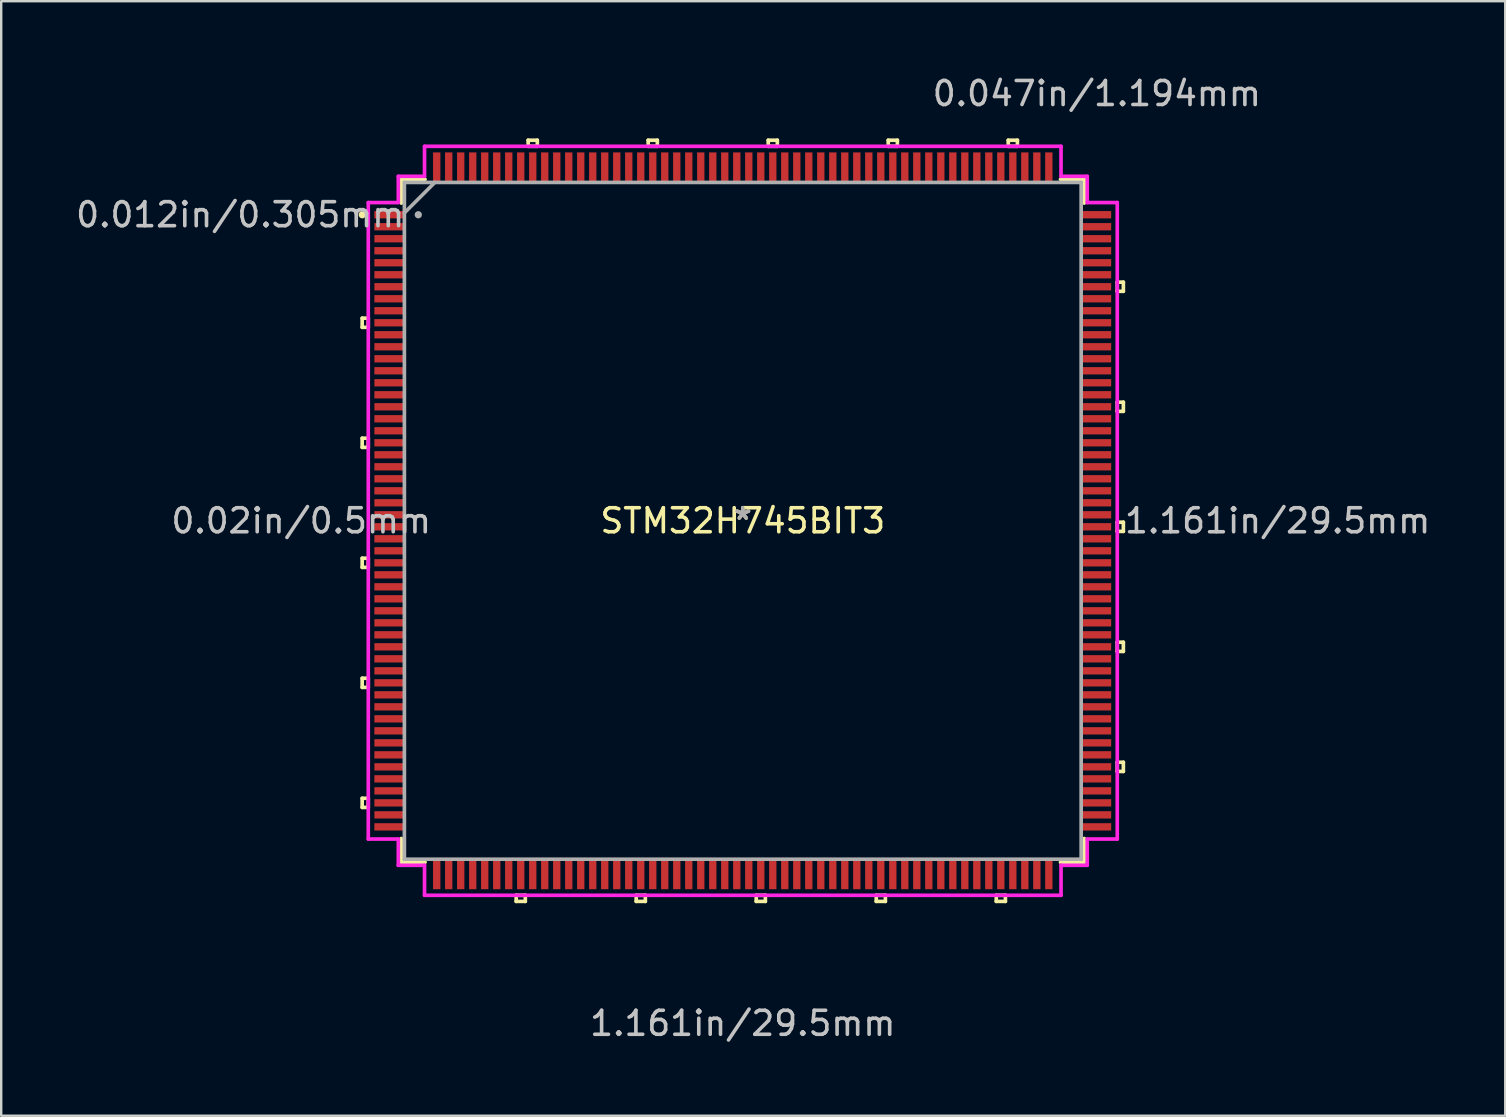
<source format=kicad_pcb>
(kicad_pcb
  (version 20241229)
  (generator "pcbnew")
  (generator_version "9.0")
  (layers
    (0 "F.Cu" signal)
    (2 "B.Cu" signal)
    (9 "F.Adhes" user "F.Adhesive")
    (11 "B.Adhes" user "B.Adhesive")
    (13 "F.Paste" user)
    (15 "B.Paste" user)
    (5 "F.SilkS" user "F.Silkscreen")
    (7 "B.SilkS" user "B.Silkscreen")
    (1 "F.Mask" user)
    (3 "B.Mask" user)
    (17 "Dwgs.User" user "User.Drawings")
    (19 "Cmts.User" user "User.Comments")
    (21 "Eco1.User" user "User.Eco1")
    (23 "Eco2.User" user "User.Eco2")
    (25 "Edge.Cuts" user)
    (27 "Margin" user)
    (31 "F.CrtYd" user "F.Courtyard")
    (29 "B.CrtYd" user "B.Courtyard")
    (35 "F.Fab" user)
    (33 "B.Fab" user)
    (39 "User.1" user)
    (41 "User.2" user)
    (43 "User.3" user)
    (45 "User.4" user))
  (footprint "STM32H745BIT3"
    (layer "F.Cu")
    (at 27.893 18.646)
    (property "Reference" "STM32H745BIT3" (at 0 0 0) (layer "F.SilkS") (effects (font (size 1 1) (thickness 0.15))))
    (attr through_hole)
    (fp_line (start -15.855 -8.441) (end -15.855 -8.06) (stroke (width 0.152) (type solid)) (layer "F.SilkS"))
    (fp_line (start -15.855 -8.06) (end -15.601 -8.06) (stroke (width 0.152) (type solid)) (layer "F.SilkS"))
    (fp_line (start -15.855 -3.441) (end -15.855 -3.06) (stroke (width 0.152) (type solid)) (layer "F.SilkS"))
    (fp_line (start -15.855 -3.06) (end -15.601 -3.06) (stroke (width 0.152) (type solid)) (layer "F.SilkS"))
    (fp_line (start -15.855 1.559) (end -15.855 1.94) (stroke (width 0.152) (type solid)) (layer "F.SilkS"))
    (fp_line (start -15.855 1.94) (end -15.601 1.94) (stroke (width 0.152) (type solid)) (layer "F.SilkS"))
    (fp_line (start -15.855 6.559) (end -15.855 6.94) (stroke (width 0.152) (type solid)) (layer "F.SilkS"))
    (fp_line (start -15.855 6.94) (end -15.601 6.94) (stroke (width 0.152) (type solid)) (layer "F.SilkS"))
    (fp_line (start -15.855 11.559) (end -15.855 11.94) (stroke (width 0.152) (type solid)) (layer "F.SilkS"))
    (fp_line (start -15.855 11.94) (end -15.601 11.94) (stroke (width 0.152) (type solid)) (layer "F.SilkS"))
    (fp_line (start -15.601 -8.441) (end -15.855 -8.441) (stroke (width 0.152) (type solid)) (layer "F.SilkS"))
    (fp_line (start -15.601 -8.06) (end -15.601 -8.441) (stroke (width 0.152) (type solid)) (layer "F.SilkS"))
    (fp_line (start -15.601 -3.441) (end -15.855 -3.441) (stroke (width 0.152) (type solid)) (layer "F.SilkS"))
    (fp_line (start -15.601 -3.06) (end -15.601 -3.441) (stroke (width 0.152) (type solid)) (layer "F.SilkS"))
    (fp_line (start -15.601 1.559) (end -15.855 1.559) (stroke (width 0.152) (type solid)) (layer "F.SilkS"))
    (fp_line (start -15.601 1.94) (end -15.601 1.559) (stroke (width 0.152) (type solid)) (layer "F.SilkS"))
    (fp_line (start -15.601 6.559) (end -15.855 6.559) (stroke (width 0.152) (type solid)) (layer "F.SilkS"))
    (fp_line (start -15.601 6.94) (end -15.601 6.559) (stroke (width 0.152) (type solid)) (layer "F.SilkS"))
    (fp_line (start -15.601 11.559) (end -15.855 11.559) (stroke (width 0.152) (type solid)) (layer "F.SilkS"))
    (fp_line (start -15.601 11.94) (end -15.601 11.559) (stroke (width 0.152) (type solid)) (layer "F.SilkS"))
    (fp_line (start -14.224 -14.224) (end -14.224 -13.235) (stroke (width 0.152) (type solid)) (layer "F.SilkS"))
    (fp_line (start -14.224 13.235) (end -14.224 14.224) (stroke (width 0.152) (type solid)) (layer "F.SilkS"))
    (fp_line (start -14.224 14.224) (end -13.235 14.224) (stroke (width 0.152) (type solid)) (layer "F.SilkS"))
    (fp_line (start -13.235 -14.224) (end -14.224 -14.224) (stroke (width 0.152) (type solid)) (layer "F.SilkS"))
    (fp_line (start -9.44 15.601) (end -9.44 15.855) (stroke (width 0.152) (type solid)) (layer "F.SilkS"))
    (fp_line (start -9.44 15.855) (end -9.059 15.855) (stroke (width 0.152) (type solid)) (layer "F.SilkS"))
    (fp_line (start -9.059 15.601) (end -9.44 15.601) (stroke (width 0.152) (type solid)) (layer "F.SilkS"))
    (fp_line (start -9.059 15.855) (end -9.059 15.601) (stroke (width 0.152) (type solid)) (layer "F.SilkS"))
    (fp_line (start -8.941 -15.855) (end -8.559 -15.855) (stroke (width 0.152) (type solid)) (layer "F.SilkS"))
    (fp_line (start -8.941 -15.601) (end -8.941 -15.855) (stroke (width 0.152) (type solid)) (layer "F.SilkS"))
    (fp_line (start -8.559 -15.855) (end -8.559 -15.601) (stroke (width 0.152) (type solid)) (layer "F.SilkS"))
    (fp_line (start -8.559 -15.601) (end -8.941 -15.601) (stroke (width 0.152) (type solid)) (layer "F.SilkS"))
    (fp_line (start -4.44 15.601) (end -4.44 15.855) (stroke (width 0.152) (type solid)) (layer "F.SilkS"))
    (fp_line (start -4.44 15.855) (end -4.059 15.855) (stroke (width 0.152) (type solid)) (layer "F.SilkS"))
    (fp_line (start -4.059 15.601) (end -4.44 15.601) (stroke (width 0.152) (type solid)) (layer "F.SilkS"))
    (fp_line (start -4.059 15.855) (end -4.059 15.601) (stroke (width 0.152) (type solid)) (layer "F.SilkS"))
    (fp_line (start -3.941 -15.855) (end -3.559 -15.855) (stroke (width 0.152) (type solid)) (layer "F.SilkS"))
    (fp_line (start -3.941 -15.601) (end -3.941 -15.855) (stroke (width 0.152) (type solid)) (layer "F.SilkS"))
    (fp_line (start -3.559 -15.855) (end -3.559 -15.601) (stroke (width 0.152) (type solid)) (layer "F.SilkS"))
    (fp_line (start -3.559 -15.601) (end -3.941 -15.601) (stroke (width 0.152) (type solid)) (layer "F.SilkS"))
    (fp_line (start 0.56 15.601) (end 0.56 15.855) (stroke (width 0.152) (type solid)) (layer "F.SilkS"))
    (fp_line (start 0.56 15.855) (end 0.941 15.855) (stroke (width 0.152) (type solid)) (layer "F.SilkS"))
    (fp_line (start 0.941 15.601) (end 0.56 15.601) (stroke (width 0.152) (type solid)) (layer "F.SilkS"))
    (fp_line (start 0.941 15.855) (end 0.941 15.601) (stroke (width 0.152) (type solid)) (layer "F.SilkS"))
    (fp_line (start 1.06 -15.855) (end 1.44 -15.855) (stroke (width 0.152) (type solid)) (layer "F.SilkS"))
    (fp_line (start 1.06 -15.601) (end 1.06 -15.855) (stroke (width 0.152) (type solid)) (layer "F.SilkS"))
    (fp_line (start 1.44 -15.855) (end 1.44 -15.601) (stroke (width 0.152) (type solid)) (layer "F.SilkS"))
    (fp_line (start 1.44 -15.601) (end 1.06 -15.601) (stroke (width 0.152) (type solid)) (layer "F.SilkS"))
    (fp_line (start 5.56 15.601) (end 5.56 15.855) (stroke (width 0.152) (type solid)) (layer "F.SilkS"))
    (fp_line (start 5.56 15.855) (end 5.941 15.855) (stroke (width 0.152) (type solid)) (layer "F.SilkS"))
    (fp_line (start 5.941 15.601) (end 5.56 15.601) (stroke (width 0.152) (type solid)) (layer "F.SilkS"))
    (fp_line (start 5.941 15.855) (end 5.941 15.601) (stroke (width 0.152) (type solid)) (layer "F.SilkS"))
    (fp_line (start 6.059 -15.855) (end 6.441 -15.855) (stroke (width 0.152) (type solid)) (layer "F.SilkS"))
    (fp_line (start 6.059 -15.601) (end 6.059 -15.855) (stroke (width 0.152) (type solid)) (layer "F.SilkS"))
    (fp_line (start 6.441 -15.855) (end 6.441 -15.601) (stroke (width 0.152) (type solid)) (layer "F.SilkS"))
    (fp_line (start 6.441 -15.601) (end 6.059 -15.601) (stroke (width 0.152) (type solid)) (layer "F.SilkS"))
    (fp_line (start 10.56 15.601) (end 10.56 15.855) (stroke (width 0.152) (type solid)) (layer "F.SilkS"))
    (fp_line (start 10.56 15.855) (end 10.941 15.855) (stroke (width 0.152) (type solid)) (layer "F.SilkS"))
    (fp_line (start 10.941 15.601) (end 10.56 15.601) (stroke (width 0.152) (type solid)) (layer "F.SilkS"))
    (fp_line (start 10.941 15.855) (end 10.941 15.601) (stroke (width 0.152) (type solid)) (layer "F.SilkS"))
    (fp_line (start 11.059 -15.855) (end 11.441 -15.855) (stroke (width 0.152) (type solid)) (layer "F.SilkS"))
    (fp_line (start 11.059 -15.601) (end 11.059 -15.855) (stroke (width 0.152) (type solid)) (layer "F.SilkS"))
    (fp_line (start 11.441 -15.855) (end 11.441 -15.601) (stroke (width 0.152) (type solid)) (layer "F.SilkS"))
    (fp_line (start 11.441 -15.601) (end 11.059 -15.601) (stroke (width 0.152) (type solid)) (layer "F.SilkS"))
    (fp_line (start 13.235 14.224) (end 14.224 14.224) (stroke (width 0.152) (type solid)) (layer "F.SilkS"))
    (fp_line (start 14.224 -14.224) (end 13.235 -14.224) (stroke (width 0.152) (type solid)) (layer "F.SilkS"))
    (fp_line (start 14.224 -13.235) (end 14.224 -14.224) (stroke (width 0.152) (type solid)) (layer "F.SilkS"))
    (fp_line (start 14.224 14.224) (end 14.224 13.235) (stroke (width 0.152) (type solid)) (layer "F.SilkS"))
    (fp_line (start 15.601 -9.941) (end 15.855 -9.941) (stroke (width 0.152) (type solid)) (layer "F.SilkS"))
    (fp_line (start 15.601 -9.56) (end 15.601 -9.941) (stroke (width 0.152) (type solid)) (layer "F.SilkS"))
    (fp_line (start 15.601 -4.941) (end 15.855 -4.941) (stroke (width 0.152) (type solid)) (layer "F.SilkS"))
    (fp_line (start 15.601 -4.56) (end 15.601 -4.941) (stroke (width 0.152) (type solid)) (layer "F.SilkS"))
    (fp_line (start 15.601 0.059) (end 15.855 0.059) (stroke (width 0.152) (type solid)) (layer "F.SilkS"))
    (fp_line (start 15.601 0.441) (end 15.601 0.059) (stroke (width 0.152) (type solid)) (layer "F.SilkS"))
    (fp_line (start 15.601 5.059) (end 15.855 5.059) (stroke (width 0.152) (type solid)) (layer "F.SilkS"))
    (fp_line (start 15.601 5.441) (end 15.601 5.059) (stroke (width 0.152) (type solid)) (layer "F.SilkS"))
    (fp_line (start 15.601 10.059) (end 15.855 10.059) (stroke (width 0.152) (type solid)) (layer "F.SilkS"))
    (fp_line (start 15.601 10.441) (end 15.601 10.059) (stroke (width 0.152) (type solid)) (layer "F.SilkS"))
    (fp_line (start 15.855 -9.941) (end 15.855 -9.56) (stroke (width 0.152) (type solid)) (layer "F.SilkS"))
    (fp_line (start 15.855 -9.56) (end 15.601 -9.56) (stroke (width 0.152) (type solid)) (layer "F.SilkS"))
    (fp_line (start 15.855 -4.941) (end 15.855 -4.56) (stroke (width 0.152) (type solid)) (layer "F.SilkS"))
    (fp_line (start 15.855 -4.56) (end 15.601 -4.56) (stroke (width 0.152) (type solid)) (layer "F.SilkS"))
    (fp_line (start 15.855 0.059) (end 15.855 0.441) (stroke (width 0.152) (type solid)) (layer "F.SilkS"))
    (fp_line (start 15.855 0.441) (end 15.601 0.441) (stroke (width 0.152) (type solid)) (layer "F.SilkS"))
    (fp_line (start 15.855 5.059) (end 15.855 5.441) (stroke (width 0.152) (type solid)) (layer "F.SilkS"))
    (fp_line (start 15.855 5.441) (end 15.601 5.441) (stroke (width 0.152) (type solid)) (layer "F.SilkS"))
    (fp_line (start 15.855 10.059) (end 15.855 10.441) (stroke (width 0.152) (type solid)) (layer "F.SilkS"))
    (fp_line (start 15.855 10.441) (end 15.601 10.441) (stroke (width 0.152) (type solid)) (layer "F.SilkS"))
    (fp_circle (center -15.851 -12.75) (end -15.775 -12.75) (stroke (width 0.152) (type solid)) (fill no) (layer "F.SilkS"))
    (fp_line (start -15.601 -13.258) (end -14.351 -13.258) (stroke (width 0.152) (type solid)) (layer "F.CrtYd"))
    (fp_line (start -15.601 13.258) (end -15.601 -13.258) (stroke (width 0.152) (type solid)) (layer "F.CrtYd"))
    (fp_line (start -14.351 -14.351) (end -13.258 -14.351) (stroke (width 0.152) (type solid)) (layer "F.CrtYd"))
    (fp_line (start -14.351 -13.258) (end -14.351 -14.351) (stroke (width 0.152) (type solid)) (layer "F.CrtYd"))
    (fp_line (start -14.351 13.258) (end -15.601 13.258) (stroke (width 0.152) (type solid)) (layer "F.CrtYd"))
    (fp_line (start -14.351 14.351) (end -14.351 13.258) (stroke (width 0.152) (type solid)) (layer "F.CrtYd"))
    (fp_line (start -13.258 -15.601) (end 13.258 -15.601) (stroke (width 0.152) (type solid)) (layer "F.CrtYd"))
    (fp_line (start -13.258 -14.351) (end -13.258 -15.601) (stroke (width 0.152) (type solid)) (layer "F.CrtYd"))
    (fp_line (start -13.258 14.351) (end -14.351 14.351) (stroke (width 0.152) (type solid)) (layer "F.CrtYd"))
    (fp_line (start -13.258 15.601) (end -13.258 14.351) (stroke (width 0.152) (type solid)) (layer "F.CrtYd"))
    (fp_line (start 13.258 -15.601) (end 13.258 -14.351) (stroke (width 0.152) (type solid)) (layer "F.CrtYd"))
    (fp_line (start 13.258 -14.351) (end 14.351 -14.351) (stroke (width 0.152) (type solid)) (layer "F.CrtYd"))
    (fp_line (start 13.258 14.351) (end 13.258 15.601) (stroke (width 0.152) (type solid)) (layer "F.CrtYd"))
    (fp_line (start 13.258 15.601) (end -13.258 15.601) (stroke (width 0.152) (type solid)) (layer "F.CrtYd"))
    (fp_line (start 14.351 -14.351) (end 14.351 -13.258) (stroke (width 0.152) (type solid)) (layer "F.CrtYd"))
    (fp_line (start 14.351 -13.258) (end 15.601 -13.258) (stroke (width 0.152) (type solid)) (layer "F.CrtYd"))
    (fp_line (start 14.351 13.258) (end 14.351 14.351) (stroke (width 0.152) (type solid)) (layer "F.CrtYd"))
    (fp_line (start 14.351 14.351) (end 13.258 14.351) (stroke (width 0.152) (type solid)) (layer "F.CrtYd"))
    (fp_line (start 15.601 -13.258) (end 15.601 13.258) (stroke (width 0.152) (type solid)) (layer "F.CrtYd"))
    (fp_line (start 15.601 13.258) (end 14.351 13.258) (stroke (width 0.152) (type solid)) (layer "F.CrtYd"))
    (fp_line (start -14.097 -14.097) (end -14.097 14.097) (stroke (width 0.152) (type solid)) (layer "F.Fab"))
    (fp_line (start -14.097 -12.827) (end -12.827 -14.097) (stroke (width 0.152) (type solid)) (layer "F.Fab"))
    (fp_line (start -14.097 14.097) (end 14.097 14.097) (stroke (width 0.152) (type solid)) (layer "F.Fab"))
    (fp_line (start 14.097 -14.097) (end -14.097 -14.097) (stroke (width 0.152) (type solid)) (layer "F.Fab"))
    (fp_line (start 14.097 14.097) (end 14.097 -14.097) (stroke (width 0.152) (type solid)) (layer "F.Fab"))
    (fp_circle (center -13.518 -12.75) (end -13.442 -12.75) (stroke (width 0.152) (type solid)) (fill no) (layer "F.Fab"))
    (fp_text user "*" (at 0 0 0) (layer "F.SilkS") (effects (font (size 1 1) (thickness 0.15))))
    (fp_text user "1.161in/29.5mm" (at 22.281 0 0) (layer "Dwgs.User") (effects (font (size 1 1) (thickness 0.15))))
    (fp_text user "1.161in/29.5mm" (at 0 20.935 0) (layer "Dwgs.User") (effects (font (size 1 1) (thickness 0.15))))
    (fp_text user "0.047in/1.194mm" (at 14.75 -17.798 0) (layer "Dwgs.User") (effects (font (size 1 1) (thickness 0.15))))
    (fp_text user "0.02in/0.5mm" (at -18.395 0 0) (layer "Dwgs.User") (effects (font (size 1 1) (thickness 0.15))))
    (fp_text user "0.012in/0.305mm" (at -20.935 -12.75 0) (layer "Dwgs.User") (effects (font (size 1 1) (thickness 0.15))))
    (fp_text user "Copyright 2016 Accelerated Designs. All rights reserved." (at 0 0 0) (layer "Cmts.User") (effects (font (size 0.127 0.127) (thickness 0.002))))
    (fp_text user "*" (at 0 0 0) (layer "F.Fab") (effects (font (size 1 1) (thickness 0.15))))
    (pad "1" smd rect (at -14.75 -12.75) (size 1.194 0.305) (layers "F.Cu" "F.Mask" "F.Paste"))
    (pad "2" smd rect (at -14.75 -12.25) (size 1.194 0.305) (layers "F.Cu" "F.Mask" "F.Paste"))
    (pad "3" smd rect (at -14.75 -11.75) (size 1.194 0.305) (layers "F.Cu" "F.Mask" "F.Paste"))
    (pad "4" smd rect (at -14.75 -11.25) (size 1.194 0.305) (layers "F.Cu" "F.Mask" "F.Paste"))
    (pad "5" smd rect (at -14.75 -10.75) (size 1.194 0.305) (layers "F.Cu" "F.Mask" "F.Paste"))
    (pad "6" smd rect (at -14.75 -10.25) (size 1.194 0.305) (layers "F.Cu" "F.Mask" "F.Paste"))
    (pad "7" smd rect (at -14.75 -9.75) (size 1.194 0.305) (layers "F.Cu" "F.Mask" "F.Paste"))
    (pad "8" smd rect (at -14.75 -9.25) (size 1.194 0.305) (layers "F.Cu" "F.Mask" "F.Paste"))
    (pad "9" smd rect (at -14.75 -8.75) (size 1.194 0.305) (layers "F.Cu" "F.Mask" "F.Paste"))
    (pad "10" smd rect (at -14.75 -8.25) (size 1.194 0.305) (layers "F.Cu" "F.Mask" "F.Paste"))
    (pad "11" smd rect (at -14.75 -7.75) (size 1.194 0.305) (layers "F.Cu" "F.Mask" "F.Paste"))
    (pad "12" smd rect (at -14.75 -7.25) (size 1.194 0.305) (layers "F.Cu" "F.Mask" "F.Paste"))
    (pad "13" smd rect (at -14.75 -6.75) (size 1.194 0.305) (layers "F.Cu" "F.Mask" "F.Paste"))
    (pad "14" smd rect (at -14.75 -6.25) (size 1.194 0.305) (layers "F.Cu" "F.Mask" "F.Paste"))
    (pad "15" smd rect (at -14.75 -5.75) (size 1.194 0.305) (layers "F.Cu" "F.Mask" "F.Paste"))
    (pad "16" smd rect (at -14.75 -5.25) (size 1.194 0.305) (layers "F.Cu" "F.Mask" "F.Paste"))
    (pad "17" smd rect (at -14.75 -4.75) (size 1.194 0.305) (layers "F.Cu" "F.Mask" "F.Paste"))
    (pad "18" smd rect (at -14.75 -4.25) (size 1.194 0.305) (layers "F.Cu" "F.Mask" "F.Paste"))
    (pad "19" smd rect (at -14.75 -3.75) (size 1.194 0.305) (layers "F.Cu" "F.Mask" "F.Paste"))
    (pad "20" smd rect (at -14.75 -3.25) (size 1.194 0.305) (layers "F.Cu" "F.Mask" "F.Paste"))
    (pad "21" smd rect (at -14.75 -2.75) (size 1.194 0.305) (layers "F.Cu" "F.Mask" "F.Paste"))
    (pad "22" smd rect (at -14.75 -2.25) (size 1.194 0.305) (layers "F.Cu" "F.Mask" "F.Paste"))
    (pad "23" smd rect (at -14.75 -1.75) (size 1.194 0.305) (layers "F.Cu" "F.Mask" "F.Paste"))
    (pad "24" smd rect (at -14.75 -1.25) (size 1.194 0.305) (layers "F.Cu" "F.Mask" "F.Paste"))
    (pad "25" smd rect (at -14.75 -0.75) (size 1.194 0.305) (layers "F.Cu" "F.Mask" "F.Paste"))
    (pad "26" smd rect (at -14.75 -0.25) (size 1.194 0.305) (layers "F.Cu" "F.Mask" "F.Paste"))
    (pad "27" smd rect (at -14.75 0.25) (size 1.194 0.305) (layers "F.Cu" "F.Mask" "F.Paste"))
    (pad "28" smd rect (at -14.75 0.75) (size 1.194 0.305) (layers "F.Cu" "F.Mask" "F.Paste"))
    (pad "29" smd rect (at -14.75 1.25) (size 1.194 0.305) (layers "F.Cu" "F.Mask" "F.Paste"))
    (pad "30" smd rect (at -14.75 1.75) (size 1.194 0.305) (layers "F.Cu" "F.Mask" "F.Paste"))
    (pad "31" smd rect (at -14.75 2.25) (size 1.194 0.305) (layers "F.Cu" "F.Mask" "F.Paste"))
    (pad "32" smd rect (at -14.75 2.75) (size 1.194 0.305) (layers "F.Cu" "F.Mask" "F.Paste"))
    (pad "33" smd rect (at -14.75 3.25) (size 1.194 0.305) (layers "F.Cu" "F.Mask" "F.Paste"))
    (pad "34" smd rect (at -14.75 3.75) (size 1.194 0.305) (layers "F.Cu" "F.Mask" "F.Paste"))
    (pad "35" smd rect (at -14.75 4.25) (size 1.194 0.305) (layers "F.Cu" "F.Mask" "F.Paste"))
    (pad "36" smd rect (at -14.75 4.75) (size 1.194 0.305) (layers "F.Cu" "F.Mask" "F.Paste"))
    (pad "37" smd rect (at -14.75 5.25) (size 1.194 0.305) (layers "F.Cu" "F.Mask" "F.Paste"))
    (pad "38" smd rect (at -14.75 5.75) (size 1.194 0.305) (layers "F.Cu" "F.Mask" "F.Paste"))
    (pad "39" smd rect (at -14.75 6.25) (size 1.194 0.305) (layers "F.Cu" "F.Mask" "F.Paste"))
    (pad "40" smd rect (at -14.75 6.75) (size 1.194 0.305) (layers "F.Cu" "F.Mask" "F.Paste"))
    (pad "41" smd rect (at -14.75 7.25) (size 1.194 0.305) (layers "F.Cu" "F.Mask" "F.Paste"))
    (pad "42" smd rect (at -14.75 7.75) (size 1.194 0.305) (layers "F.Cu" "F.Mask" "F.Paste"))
    (pad "43" smd rect (at -14.75 8.25) (size 1.194 0.305) (layers "F.Cu" "F.Mask" "F.Paste"))
    (pad "44" smd rect (at -14.75 8.75) (size 1.194 0.305) (layers "F.Cu" "F.Mask" "F.Paste"))
    (pad "45" smd rect (at -14.75 9.25) (size 1.194 0.305) (layers "F.Cu" "F.Mask" "F.Paste"))
    (pad "46" smd rect (at -14.75 9.75) (size 1.194 0.305) (layers "F.Cu" "F.Mask" "F.Paste"))
    (pad "47" smd rect (at -14.75 10.25) (size 1.194 0.305) (layers "F.Cu" "F.Mask" "F.Paste"))
    (pad "48" smd rect (at -14.75 10.75) (size 1.194 0.305) (layers "F.Cu" "F.Mask" "F.Paste"))
    (pad "49" smd rect (at -14.75 11.25) (size 1.194 0.305) (layers "F.Cu" "F.Mask" "F.Paste"))
    (pad "50" smd rect (at -14.75 11.75) (size 1.194 0.305) (layers "F.Cu" "F.Mask" "F.Paste"))
    (pad "51" smd rect (at -14.75 12.25) (size 1.194 0.305) (layers "F.Cu" "F.Mask" "F.Paste"))
    (pad "52" smd rect (at -14.75 12.75) (size 1.194 0.305) (layers "F.Cu" "F.Mask" "F.Paste"))
    (pad "53" smd rect (at -12.75 14.75 90) (size 1.194 0.305) (layers "F.Cu" "F.Mask" "F.Paste"))
    (pad "54" smd rect (at -12.25 14.75 90) (size 1.194 0.305) (layers "F.Cu" "F.Mask" "F.Paste"))
    (pad "55" smd rect (at -11.75 14.75 90) (size 1.194 0.305) (layers "F.Cu" "F.Mask" "F.Paste"))
    (pad "56" smd rect (at -11.25 14.75 90) (size 1.194 0.305) (layers "F.Cu" "F.Mask" "F.Paste"))
    (pad "57" smd rect (at -10.75 14.75 90) (size 1.194 0.305) (layers "F.Cu" "F.Mask" "F.Paste"))
    (pad "58" smd rect (at -10.25 14.75 90) (size 1.194 0.305) (layers "F.Cu" "F.Mask" "F.Paste"))
    (pad "59" smd rect (at -9.75 14.75 90) (size 1.194 0.305) (layers "F.Cu" "F.Mask" "F.Paste"))
    (pad "60" smd rect (at -9.25 14.75 90) (size 1.194 0.305) (layers "F.Cu" "F.Mask" "F.Paste"))
    (pad "61" smd rect (at -8.75 14.75 90) (size 1.194 0.305) (layers "F.Cu" "F.Mask" "F.Paste"))
    (pad "62" smd rect (at -8.25 14.75 90) (size 1.194 0.305) (layers "F.Cu" "F.Mask" "F.Paste"))
    (pad "63" smd rect (at -7.75 14.75 90) (size 1.194 0.305) (layers "F.Cu" "F.Mask" "F.Paste"))
    (pad "64" smd rect (at -7.25 14.75 90) (size 1.194 0.305) (layers "F.Cu" "F.Mask" "F.Paste"))
    (pad "65" smd rect (at -6.75 14.75 90) (size 1.194 0.305) (layers "F.Cu" "F.Mask" "F.Paste"))
    (pad "66" smd rect (at -6.25 14.75 90) (size 1.194 0.305) (layers "F.Cu" "F.Mask" "F.Paste"))
    (pad "67" smd rect (at -5.75 14.75 90) (size 1.194 0.305) (layers "F.Cu" "F.Mask" "F.Paste"))
    (pad "68" smd rect (at -5.25 14.75 90) (size 1.194 0.305) (layers "F.Cu" "F.Mask" "F.Paste"))
    (pad "69" smd rect (at -4.75 14.75 90) (size 1.194 0.305) (layers "F.Cu" "F.Mask" "F.Paste"))
    (pad "70" smd rect (at -4.25 14.75 90) (size 1.194 0.305) (layers "F.Cu" "F.Mask" "F.Paste"))
    (pad "71" smd rect (at -3.75 14.75 90) (size 1.194 0.305) (layers "F.Cu" "F.Mask" "F.Paste"))
    (pad "72" smd rect (at -3.25 14.75 90) (size 1.194 0.305) (layers "F.Cu" "F.Mask" "F.Paste"))
    (pad "73" smd rect (at -2.75 14.75 90) (size 1.194 0.305) (layers "F.Cu" "F.Mask" "F.Paste"))
    (pad "74" smd rect (at -2.25 14.75 90) (size 1.194 0.305) (layers "F.Cu" "F.Mask" "F.Paste"))
    (pad "75" smd rect (at -1.75 14.75 90) (size 1.194 0.305) (layers "F.Cu" "F.Mask" "F.Paste"))
    (pad "76" smd rect (at -1.25 14.75 90) (size 1.194 0.305) (layers "F.Cu" "F.Mask" "F.Paste"))
    (pad "77" smd rect (at -0.75 14.75 90) (size 1.194 0.305) (layers "F.Cu" "F.Mask" "F.Paste"))
    (pad "78" smd rect (at -0.25 14.75 90) (size 1.194 0.305) (layers "F.Cu" "F.Mask" "F.Paste"))
    (pad "79" smd rect (at 0.25 14.75 90) (size 1.194 0.305) (layers "F.Cu" "F.Mask" "F.Paste"))
    (pad "80" smd rect (at 0.75 14.75 90) (size 1.194 0.305) (layers "F.Cu" "F.Mask" "F.Paste"))
    (pad "81" smd rect (at 1.25 14.75 90) (size 1.194 0.305) (layers "F.Cu" "F.Mask" "F.Paste"))
    (pad "82" smd rect (at 1.75 14.75 90) (size 1.194 0.305) (layers "F.Cu" "F.Mask" "F.Paste"))
    (pad "83" smd rect (at 2.25 14.75 90) (size 1.194 0.305) (layers "F.Cu" "F.Mask" "F.Paste"))
    (pad "84" smd rect (at 2.75 14.75 90) (size 1.194 0.305) (layers "F.Cu" "F.Mask" "F.Paste"))
    (pad "85" smd rect (at 3.25 14.75 90) (size 1.194 0.305) (layers "F.Cu" "F.Mask" "F.Paste"))
    (pad "86" smd rect (at 3.75 14.75 90) (size 1.194 0.305) (layers "F.Cu" "F.Mask" "F.Paste"))
    (pad "87" smd rect (at 4.25 14.75 90) (size 1.194 0.305) (layers "F.Cu" "F.Mask" "F.Paste"))
    (pad "88" smd rect (at 4.75 14.75 90) (size 1.194 0.305) (layers "F.Cu" "F.Mask" "F.Paste"))
    (pad "89" smd rect (at 5.25 14.75 90) (size 1.194 0.305) (layers "F.Cu" "F.Mask" "F.Paste"))
    (pad "90" smd rect (at 5.75 14.75 90) (size 1.194 0.305) (layers "F.Cu" "F.Mask" "F.Paste"))
    (pad "91" smd rect (at 6.25 14.75 90) (size 1.194 0.305) (layers "F.Cu" "F.Mask" "F.Paste"))
    (pad "92" smd rect (at 6.75 14.75 90) (size 1.194 0.305) (layers "F.Cu" "F.Mask" "F.Paste"))
    (pad "93" smd rect (at 7.25 14.75 90) (size 1.194 0.305) (layers "F.Cu" "F.Mask" "F.Paste"))
    (pad "94" smd rect (at 7.75 14.75 90) (size 1.194 0.305) (layers "F.Cu" "F.Mask" "F.Paste"))
    (pad "95" smd rect (at 8.25 14.75 90) (size 1.194 0.305) (layers "F.Cu" "F.Mask" "F.Paste"))
    (pad "96" smd rect (at 8.75 14.75 90) (size 1.194 0.305) (layers "F.Cu" "F.Mask" "F.Paste"))
    (pad "97" smd rect (at 9.25 14.75 90) (size 1.194 0.305) (layers "F.Cu" "F.Mask" "F.Paste"))
    (pad "98" smd rect (at 9.75 14.75 90) (size 1.194 0.305) (layers "F.Cu" "F.Mask" "F.Paste"))
    (pad "99" smd rect (at 10.25 14.75 90) (size 1.194 0.305) (layers "F.Cu" "F.Mask" "F.Paste"))
    (pad "100" smd rect (at 10.75 14.75 90) (size 1.194 0.305) (layers "F.Cu" "F.Mask" "F.Paste"))
    (pad "101" smd rect (at 11.25 14.75 90) (size 1.194 0.305) (layers "F.Cu" "F.Mask" "F.Paste"))
    (pad "102" smd rect (at 11.75 14.75 90) (size 1.194 0.305) (layers "F.Cu" "F.Mask" "F.Paste"))
    (pad "103" smd rect (at 12.25 14.75 90) (size 1.194 0.305) (layers "F.Cu" "F.Mask" "F.Paste"))
    (pad "104" smd rect (at 12.75 14.75 90) (size 1.194 0.305) (layers "F.Cu" "F.Mask" "F.Paste"))
    (pad "105" smd rect (at 14.75 12.75) (size 1.194 0.305) (layers "F.Cu" "F.Mask" "F.Paste"))
    (pad "106" smd rect (at 14.75 12.25) (size 1.194 0.305) (layers "F.Cu" "F.Mask" "F.Paste"))
    (pad "107" smd rect (at 14.75 11.75) (size 1.194 0.305) (layers "F.Cu" "F.Mask" "F.Paste"))
    (pad "108" smd rect (at 14.75 11.25) (size 1.194 0.305) (layers "F.Cu" "F.Mask" "F.Paste"))
    (pad "109" smd rect (at 14.75 10.75) (size 1.194 0.305) (layers "F.Cu" "F.Mask" "F.Paste"))
    (pad "110" smd rect (at 14.75 10.25) (size 1.194 0.305) (layers "F.Cu" "F.Mask" "F.Paste"))
    (pad "111" smd rect (at 14.75 9.75) (size 1.194 0.305) (layers "F.Cu" "F.Mask" "F.Paste"))
    (pad "112" smd rect (at 14.75 9.25) (size 1.194 0.305) (layers "F.Cu" "F.Mask" "F.Paste"))
    (pad "113" smd rect (at 14.75 8.75) (size 1.194 0.305) (layers "F.Cu" "F.Mask" "F.Paste"))
    (pad "114" smd rect (at 14.75 8.25) (size 1.194 0.305) (layers "F.Cu" "F.Mask" "F.Paste"))
    (pad "115" smd rect (at 14.75 7.75) (size 1.194 0.305) (layers "F.Cu" "F.Mask" "F.Paste"))
    (pad "116" smd rect (at 14.75 7.25) (size 1.194 0.305) (layers "F.Cu" "F.Mask" "F.Paste"))
    (pad "117" smd rect (at 14.75 6.75) (size 1.194 0.305) (layers "F.Cu" "F.Mask" "F.Paste"))
    (pad "118" smd rect (at 14.75 6.25) (size 1.194 0.305) (layers "F.Cu" "F.Mask" "F.Paste"))
    (pad "119" smd rect (at 14.75 5.75) (size 1.194 0.305) (layers "F.Cu" "F.Mask" "F.Paste"))
    (pad "120" smd rect (at 14.75 5.25) (size 1.194 0.305) (layers "F.Cu" "F.Mask" "F.Paste"))
    (pad "121" smd rect (at 14.75 4.75) (size 1.194 0.305) (layers "F.Cu" "F.Mask" "F.Paste"))
    (pad "122" smd rect (at 14.75 4.25) (size 1.194 0.305) (layers "F.Cu" "F.Mask" "F.Paste"))
    (pad "123" smd rect (at 14.75 3.75) (size 1.194 0.305) (layers "F.Cu" "F.Mask" "F.Paste"))
    (pad "124" smd rect (at 14.75 3.25) (size 1.194 0.305) (layers "F.Cu" "F.Mask" "F.Paste"))
    (pad "125" smd rect (at 14.75 2.75) (size 1.194 0.305) (layers "F.Cu" "F.Mask" "F.Paste"))
    (pad "126" smd rect (at 14.75 2.25) (size 1.194 0.305) (layers "F.Cu" "F.Mask" "F.Paste"))
    (pad "127" smd rect (at 14.75 1.75) (size 1.194 0.305) (layers "F.Cu" "F.Mask" "F.Paste"))
    (pad "128" smd rect (at 14.75 1.25) (size 1.194 0.305) (layers "F.Cu" "F.Mask" "F.Paste"))
    (pad "129" smd rect (at 14.75 0.75) (size 1.194 0.305) (layers "F.Cu" "F.Mask" "F.Paste"))
    (pad "130" smd rect (at 14.75 0.25) (size 1.194 0.305) (layers "F.Cu" "F.Mask" "F.Paste"))
    (pad "131" smd rect (at 14.75 -0.25) (size 1.194 0.305) (layers "F.Cu" "F.Mask" "F.Paste"))
    (pad "132" smd rect (at 14.75 -0.75) (size 1.194 0.305) (layers "F.Cu" "F.Mask" "F.Paste"))
    (pad "133" smd rect (at 14.75 -1.25) (size 1.194 0.305) (layers "F.Cu" "F.Mask" "F.Paste"))
    (pad "134" smd rect (at 14.75 -1.75) (size 1.194 0.305) (layers "F.Cu" "F.Mask" "F.Paste"))
    (pad "135" smd rect (at 14.75 -2.25) (size 1.194 0.305) (layers "F.Cu" "F.Mask" "F.Paste"))
    (pad "136" smd rect (at 14.75 -2.75) (size 1.194 0.305) (layers "F.Cu" "F.Mask" "F.Paste"))
    (pad "137" smd rect (at 14.75 -3.25) (size 1.194 0.305) (layers "F.Cu" "F.Mask" "F.Paste"))
    (pad "138" smd rect (at 14.75 -3.75) (size 1.194 0.305) (layers "F.Cu" "F.Mask" "F.Paste"))
    (pad "139" smd rect (at 14.75 -4.25) (size 1.194 0.305) (layers "F.Cu" "F.Mask" "F.Paste"))
    (pad "140" smd rect (at 14.75 -4.75) (size 1.194 0.305) (layers "F.Cu" "F.Mask" "F.Paste"))
    (pad "141" smd rect (at 14.75 -5.25) (size 1.194 0.305) (layers "F.Cu" "F.Mask" "F.Paste"))
    (pad "142" smd rect (at 14.75 -5.75) (size 1.194 0.305) (layers "F.Cu" "F.Mask" "F.Paste"))
    (pad "143" smd rect (at 14.75 -6.25) (size 1.194 0.305) (layers "F.Cu" "F.Mask" "F.Paste"))
    (pad "144" smd rect (at 14.75 -6.75) (size 1.194 0.305) (layers "F.Cu" "F.Mask" "F.Paste"))
    (pad "145" smd rect (at 14.75 -7.25) (size 1.194 0.305) (layers "F.Cu" "F.Mask" "F.Paste"))
    (pad "146" smd rect (at 14.75 -7.75) (size 1.194 0.305) (layers "F.Cu" "F.Mask" "F.Paste"))
    (pad "147" smd rect (at 14.75 -8.25) (size 1.194 0.305) (layers "F.Cu" "F.Mask" "F.Paste"))
    (pad "148" smd rect (at 14.75 -8.75) (size 1.194 0.305) (layers "F.Cu" "F.Mask" "F.Paste"))
    (pad "149" smd rect (at 14.75 -9.25) (size 1.194 0.305) (layers "F.Cu" "F.Mask" "F.Paste"))
    (pad "150" smd rect (at 14.75 -9.75) (size 1.194 0.305) (layers "F.Cu" "F.Mask" "F.Paste"))
    (pad "151" smd rect (at 14.75 -10.25) (size 1.194 0.305) (layers "F.Cu" "F.Mask" "F.Paste"))
    (pad "152" smd rect (at 14.75 -10.75) (size 1.194 0.305) (layers "F.Cu" "F.Mask" "F.Paste"))
    (pad "153" smd rect (at 14.75 -11.25) (size 1.194 0.305) (layers "F.Cu" "F.Mask" "F.Paste"))
    (pad "154" smd rect (at 14.75 -11.75) (size 1.194 0.305) (layers "F.Cu" "F.Mask" "F.Paste"))
    (pad "155" smd rect (at 14.75 -12.25) (size 1.194 0.305) (layers "F.Cu" "F.Mask" "F.Paste"))
    (pad "156" smd rect (at 14.75 -12.75) (size 1.194 0.305) (layers "F.Cu" "F.Mask" "F.Paste"))
    (pad "157" smd rect (at 12.75 -14.75 90) (size 1.194 0.305) (layers "F.Cu" "F.Mask" "F.Paste"))
    (pad "158" smd rect (at 12.25 -14.75 90) (size 1.194 0.305) (layers "F.Cu" "F.Mask" "F.Paste"))
    (pad "159" smd rect (at 11.75 -14.75 90) (size 1.194 0.305) (layers "F.Cu" "F.Mask" "F.Paste"))
    (pad "160" smd rect (at 11.25 -14.75 90) (size 1.194 0.305) (layers "F.Cu" "F.Mask" "F.Paste"))
    (pad "161" smd rect (at 10.75 -14.75 90) (size 1.194 0.305) (layers "F.Cu" "F.Mask" "F.Paste"))
    (pad "162" smd rect (at 10.25 -14.75 90) (size 1.194 0.305) (layers "F.Cu" "F.Mask" "F.Paste"))
    (pad "163" smd rect (at 9.75 -14.75 90) (size 1.194 0.305) (layers "F.Cu" "F.Mask" "F.Paste"))
    (pad "164" smd rect (at 9.25 -14.75 90) (size 1.194 0.305) (layers "F.Cu" "F.Mask" "F.Paste"))
    (pad "165" smd rect (at 8.75 -14.75 90) (size 1.194 0.305) (layers "F.Cu" "F.Mask" "F.Paste"))
    (pad "166" smd rect (at 8.25 -14.75 90) (size 1.194 0.305) (layers "F.Cu" "F.Mask" "F.Paste"))
    (pad "167" smd rect (at 7.75 -14.75 90) (size 1.194 0.305) (layers "F.Cu" "F.Mask" "F.Paste"))
    (pad "168" smd rect (at 7.25 -14.75 90) (size 1.194 0.305) (layers "F.Cu" "F.Mask" "F.Paste"))
    (pad "169" smd rect (at 6.75 -14.75 90) (size 1.194 0.305) (layers "F.Cu" "F.Mask" "F.Paste"))
    (pad "170" smd rect (at 6.25 -14.75 90) (size 1.194 0.305) (layers "F.Cu" "F.Mask" "F.Paste"))
    (pad "171" smd rect (at 5.75 -14.75 90) (size 1.194 0.305) (layers "F.Cu" "F.Mask" "F.Paste"))
    (pad "172" smd rect (at 5.25 -14.75 90) (size 1.194 0.305) (layers "F.Cu" "F.Mask" "F.Paste"))
    (pad "173" smd rect (at 4.75 -14.75 90) (size 1.194 0.305) (layers "F.Cu" "F.Mask" "F.Paste"))
    (pad "174" smd rect (at 4.25 -14.75 90) (size 1.194 0.305) (layers "F.Cu" "F.Mask" "F.Paste"))
    (pad "175" smd rect (at 3.75 -14.75 90) (size 1.194 0.305) (layers "F.Cu" "F.Mask" "F.Paste"))
    (pad "176" smd rect (at 3.25 -14.75 90) (size 1.194 0.305) (layers "F.Cu" "F.Mask" "F.Paste"))
    (pad "177" smd rect (at 2.75 -14.75 90) (size 1.194 0.305) (layers "F.Cu" "F.Mask" "F.Paste"))
    (pad "178" smd rect (at 2.25 -14.75 90) (size 1.194 0.305) (layers "F.Cu" "F.Mask" "F.Paste"))
    (pad "179" smd rect (at 1.75 -14.75 90) (size 1.194 0.305) (layers "F.Cu" "F.Mask" "F.Paste"))
    (pad "180" smd rect (at 1.25 -14.75 90) (size 1.194 0.305) (layers "F.Cu" "F.Mask" "F.Paste"))
    (pad "181" smd rect (at 0.75 -14.75 90) (size 1.194 0.305) (layers "F.Cu" "F.Mask" "F.Paste"))
    (pad "182" smd rect (at 0.25 -14.75 90) (size 1.194 0.305) (layers "F.Cu" "F.Mask" "F.Paste"))
    (pad "183" smd rect (at -0.25 -14.75 90) (size 1.194 0.305) (layers "F.Cu" "F.Mask" "F.Paste"))
    (pad "184" smd rect (at -0.75 -14.75 90) (size 1.194 0.305) (layers "F.Cu" "F.Mask" "F.Paste"))
    (pad "185" smd rect (at -1.25 -14.75 90) (size 1.194 0.305) (layers "F.Cu" "F.Mask" "F.Paste"))
    (pad "186" smd rect (at -1.75 -14.75 90) (size 1.194 0.305) (layers "F.Cu" "F.Mask" "F.Paste"))
    (pad "187" smd rect (at -2.25 -14.75 90) (size 1.194 0.305) (layers "F.Cu" "F.Mask" "F.Paste"))
    (pad "188" smd rect (at -2.75 -14.75 90) (size 1.194 0.305) (layers "F.Cu" "F.Mask" "F.Paste"))
    (pad "189" smd rect (at -3.25 -14.75 90) (size 1.194 0.305) (layers "F.Cu" "F.Mask" "F.Paste"))
    (pad "190" smd rect (at -3.75 -14.75 90) (size 1.194 0.305) (layers "F.Cu" "F.Mask" "F.Paste"))
    (pad "191" smd rect (at -4.25 -14.75 90) (size 1.194 0.305) (layers "F.Cu" "F.Mask" "F.Paste"))
    (pad "192" smd rect (at -4.75 -14.75 90) (size 1.194 0.305) (layers "F.Cu" "F.Mask" "F.Paste"))
    (pad "193" smd rect (at -5.25 -14.75 90) (size 1.194 0.305) (layers "F.Cu" "F.Mask" "F.Paste"))
    (pad "194" smd rect (at -5.75 -14.75 90) (size 1.194 0.305) (layers "F.Cu" "F.Mask" "F.Paste"))
    (pad "195" smd rect (at -6.25 -14.75 90) (size 1.194 0.305) (layers "F.Cu" "F.Mask" "F.Paste"))
    (pad "196" smd rect (at -6.75 -14.75 90) (size 1.194 0.305) (layers "F.Cu" "F.Mask" "F.Paste"))
    (pad "197" smd rect (at -7.25 -14.75 90) (size 1.194 0.305) (layers "F.Cu" "F.Mask" "F.Paste"))
    (pad "198" smd rect (at -7.75 -14.75 90) (size 1.194 0.305) (layers "F.Cu" "F.Mask" "F.Paste"))
    (pad "199" smd rect (at -8.25 -14.75 90) (size 1.194 0.305) (layers "F.Cu" "F.Mask" "F.Paste"))
    (pad "200" smd rect (at -8.75 -14.75 90) (size 1.194 0.305) (layers "F.Cu" "F.Mask" "F.Paste"))
    (pad "201" smd rect (at -9.25 -14.75 90) (size 1.194 0.305) (layers "F.Cu" "F.Mask" "F.Paste"))
    (pad "202" smd rect (at -9.75 -14.75 90) (size 1.194 0.305) (layers "F.Cu" "F.Mask" "F.Paste"))
    (pad "203" smd rect (at -10.25 -14.75 90) (size 1.194 0.305) (layers "F.Cu" "F.Mask" "F.Paste"))
    (pad "204" smd rect (at -10.75 -14.75 90) (size 1.194 0.305) (layers "F.Cu" "F.Mask" "F.Paste"))
    (pad "205" smd rect (at -11.25 -14.75 90) (size 1.194 0.305) (layers "F.Cu" "F.Mask" "F.Paste"))
    (pad "206" smd rect (at -11.75 -14.75 90) (size 1.194 0.305) (layers "F.Cu" "F.Mask" "F.Paste"))
    (pad "207" smd rect (at -12.25 -14.75 90) (size 1.194 0.305) (layers "F.Cu" "F.Mask" "F.Paste"))
    (pad "208" smd rect (at -12.75 -14.75 90) (size 1.194 0.305) (layers "F.Cu" "F.Mask" "F.Paste")))
  (gr_rect
    (start -3 -3)
    (end 59.656 43.429)
    (stroke (width 0.1) (type default))
    (fill no)
    (layer "Edge.Cuts")))
</source>
